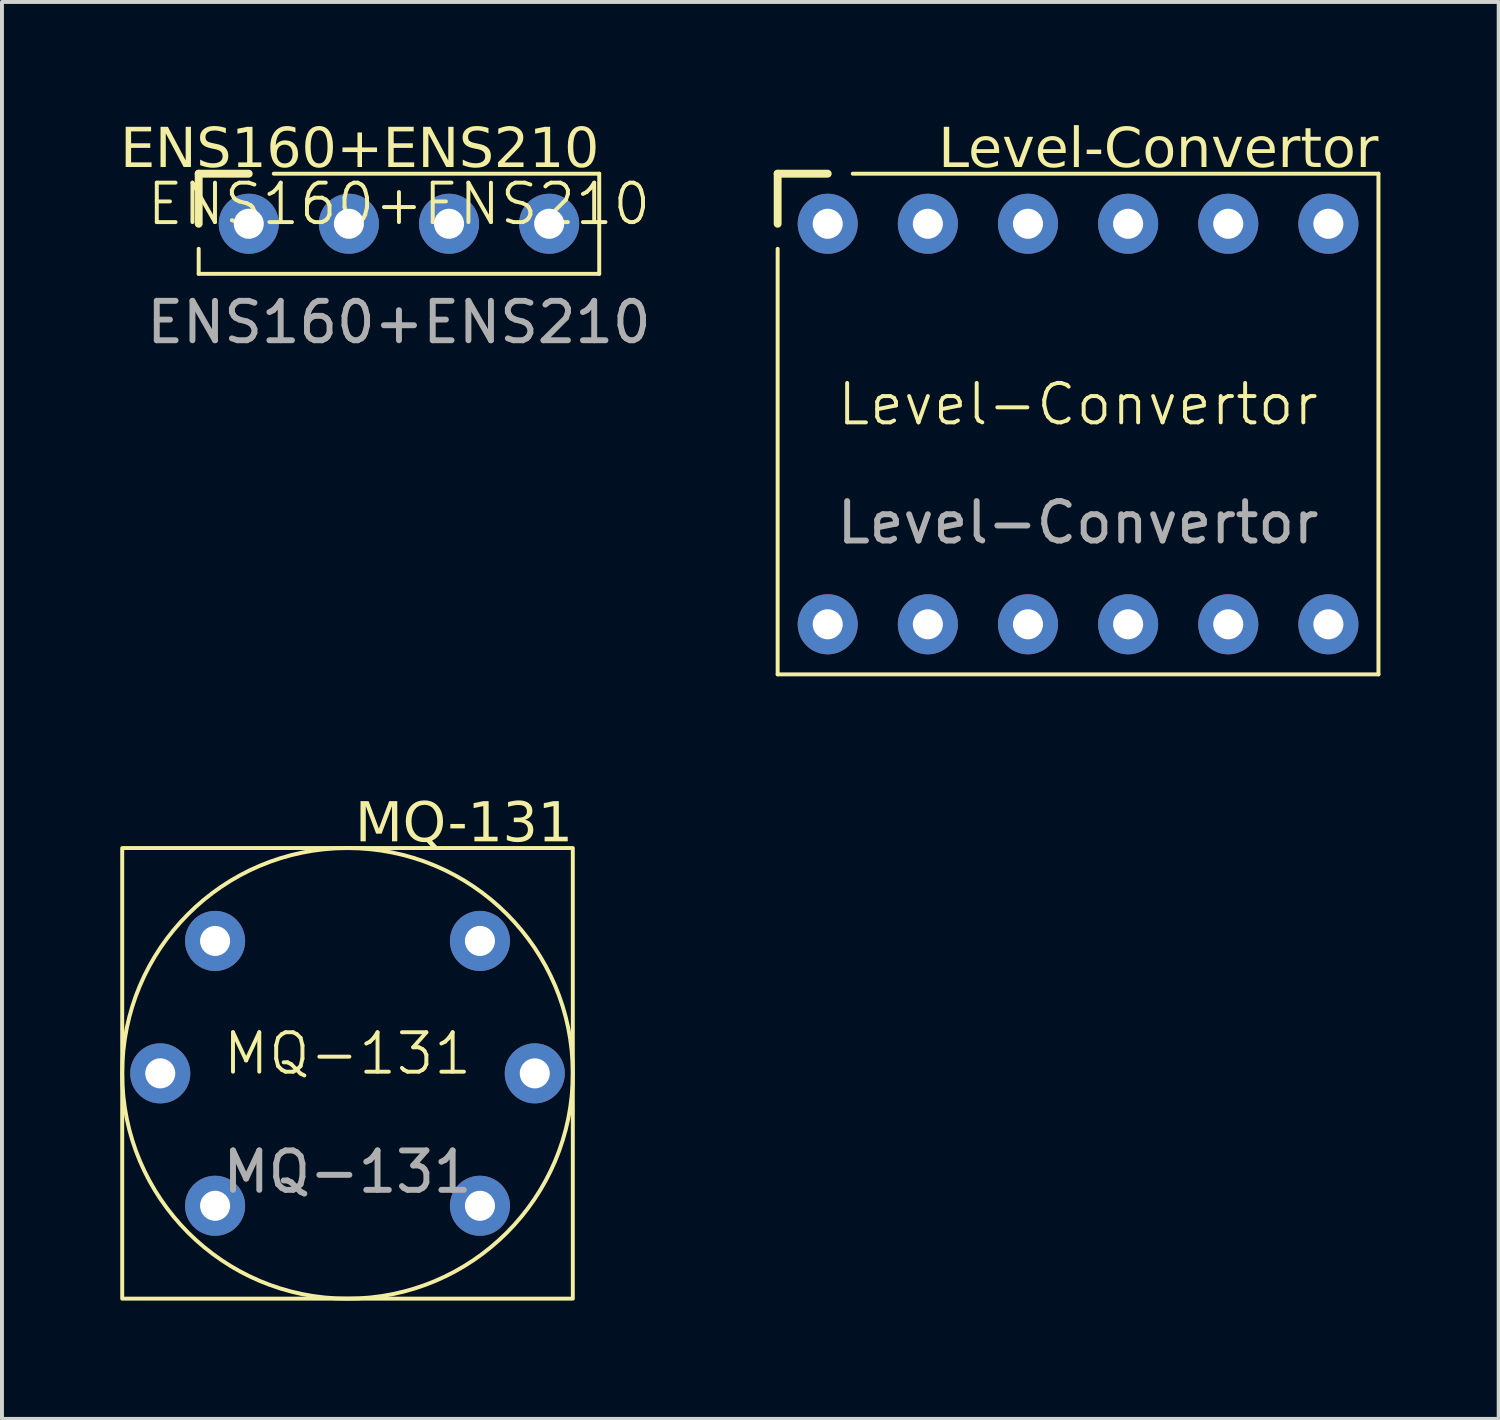
<source format=kicad_pcb>
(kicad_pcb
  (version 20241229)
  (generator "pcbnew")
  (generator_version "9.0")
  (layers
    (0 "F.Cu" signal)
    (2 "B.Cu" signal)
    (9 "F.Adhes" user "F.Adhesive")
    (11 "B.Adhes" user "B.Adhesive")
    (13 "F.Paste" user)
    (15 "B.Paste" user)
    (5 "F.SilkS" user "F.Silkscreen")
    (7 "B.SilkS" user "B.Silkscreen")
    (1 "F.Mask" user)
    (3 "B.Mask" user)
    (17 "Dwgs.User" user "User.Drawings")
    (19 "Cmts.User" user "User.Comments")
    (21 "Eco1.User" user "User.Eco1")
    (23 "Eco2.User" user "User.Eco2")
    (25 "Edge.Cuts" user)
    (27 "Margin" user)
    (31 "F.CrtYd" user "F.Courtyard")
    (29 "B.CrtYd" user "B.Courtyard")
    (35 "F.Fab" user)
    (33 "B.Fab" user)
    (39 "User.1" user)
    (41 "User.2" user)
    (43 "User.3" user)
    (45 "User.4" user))
  (footprint "Level-Convertor"
    (layer "F.Cu")
    (at 24.296 7.706)
    (property "Reference" "Level-Convertor" (at 0 -0.5 0) (unlocked yes) (layer "F.SilkS") (effects (font (size 1 1) (thickness 0.1))))
    (attr through_hole)
    (fp_line (start -7.62 -6.35) (end -6.35 -6.35) (stroke (width 0.2) (type default)) (layer "F.SilkS"))
    (fp_line (start -7.62 -5.08) (end -7.62 -6.35) (stroke (width 0.2) (type default)) (layer "F.SilkS"))
    (fp_line (start -7.62 6.35) (end -7.62 -4.445) (stroke (width 0.1) (type default)) (layer "F.SilkS"))
    (fp_line (start -7.62 6.35) (end 7.62 6.35) (stroke (width 0.1) (type default)) (layer "F.SilkS"))
    (fp_line (start 7.62 -6.35) (end -5.715 -6.35) (stroke (width 0.1) (type default)) (layer "F.SilkS"))
    (fp_line (start 7.62 6.35) (end 7.62 -6.35) (stroke (width 0.1) (type default)) (layer "F.SilkS"))
    (fp_text user "Level-Convertor" (at 7.62 -6.35 0) (unlocked yes) (layer "F.SilkS") (effects (font (face "JetBrains Mono") (size 1 1) (thickness 0.1)) (justify right bottom)))
    (fp_text user "${REFERENCE}" (at 0 2.5 0) (unlocked yes) (layer "F.Fab") (effects (font (size 1 1) (thickness 0.15))))
    (pad "1" thru_hole circle (at -6.35 -5.08) (size 1.524 1.524) (drill 0.762) (layers "*.Cu" "*.Mask"))
    (pad "2" thru_hole circle (at -3.81 -5.08) (size 1.524 1.524) (drill 0.762) (layers "*.Cu" "*.Mask"))
    (pad "3" thru_hole circle (at -1.27 -5.08) (size 1.524 1.524) (drill 0.762) (layers "*.Cu" "*.Mask"))
    (pad "4" thru_hole circle (at 1.27 -5.08) (size 1.524 1.524) (drill 0.762) (layers "*.Cu" "*.Mask"))
    (pad "5" thru_hole circle (at 3.81 -5.08) (size 1.524 1.524) (drill 0.762) (layers "*.Cu" "*.Mask"))
    (pad "6" thru_hole circle (at 6.35 -5.08) (size 1.524 1.524) (drill 0.762) (layers "*.Cu" "*.Mask"))
    (pad "7" thru_hole circle (at -6.35 5.08) (size 1.524 1.524) (drill 0.762) (layers "*.Cu" "*.Mask"))
    (pad "8" thru_hole circle (at -3.81 5.08) (size 1.524 1.524) (drill 0.762) (layers "*.Cu" "*.Mask"))
    (pad "9" thru_hole circle (at -1.27 5.08) (size 1.524 1.524) (drill 0.762) (layers "*.Cu" "*.Mask"))
    (pad "10" thru_hole circle (at 1.27 5.08) (size 1.524 1.524) (drill 0.762) (layers "*.Cu" "*.Mask"))
    (pad "11" thru_hole circle (at 3.81 5.08) (size 1.524 1.524) (drill 0.762) (layers "*.Cu" "*.Mask"))
    (pad "12" thru_hole circle (at 6.35 5.08) (size 1.524 1.524) (drill 0.762) (layers "*.Cu" "*.Mask")))
  (footprint "ENS160+ENS210"
    (layer "F.Cu")
    (at 7.07 2.626)
    (property "Reference" "ENS160+ENS210" (at 0 -0.5 0) (unlocked yes) (layer "F.SilkS") (effects (font (size 1 1) (thickness 0.1))))
    (attr through_hole)
    (fp_line (start -5.08 -1.27) (end -3.81 -1.27) (stroke (width 0.2) (type default)) (layer "F.SilkS"))
    (fp_line (start -5.08 0) (end -5.08 -1.27) (stroke (width 0.2) (type default)) (layer "F.SilkS"))
    (fp_line (start -5.08 1.27) (end -5.08 0.635) (stroke (width 0.1) (type default)) (layer "F.SilkS"))
    (fp_line (start -5.08 1.27) (end 5.08 1.27) (stroke (width 0.1) (type default)) (layer "F.SilkS"))
    (fp_line (start 5.08 -1.27) (end -3.175 -1.27) (stroke (width 0.1) (type default)) (layer "F.SilkS"))
    (fp_line (start 5.08 1.27) (end 5.08 -1.27) (stroke (width 0.1) (type default)) (layer "F.SilkS"))
    (fp_text user "ENS160+ENS210" (at 5.08 -1.27 0) (unlocked yes) (layer "F.SilkS") (effects (font (face "JetBrains Mono") (size 1 1) (thickness 0.1)) (justify right bottom)))
    (fp_text user "${REFERENCE}" (at 0 2.5 0) (unlocked yes) (layer "F.Fab") (effects (font (size 1 1) (thickness 0.15))))
    (pad "1" thru_hole circle (at -3.81 0) (size 1.524 1.524) (drill 0.762) (layers "*.Cu" "*.Mask"))
    (pad "2" thru_hole circle (at -1.27 0) (size 1.524 1.524) (drill 0.762) (layers "*.Cu" "*.Mask"))
    (pad "3" thru_hole circle (at 1.27 0) (size 1.524 1.524) (drill 0.762) (layers "*.Cu" "*.Mask"))
    (pad "4" thru_hole circle (at 3.81 0) (size 1.524 1.524) (drill 0.762) (layers "*.Cu" "*.Mask")))
  (footprint "MQ-131"
    (layer "F.Cu")
    (at 5.765 24.177)
    (property "Reference" "MQ-131" (at 0 -0.5 0) (unlocked yes) (layer "F.SilkS") (effects (font (size 1 1) (thickness 0.1))))
    (attr through_hole)
    (fp_rect (start -5.715 -5.715) (end 5.715 5.715) (stroke (width 0.1) (type default)) (fill no) (layer "F.SilkS"))
    (fp_circle (center 0 0) (end 5.715 0) (stroke (width 0.1) (type default)) (fill no) (layer "F.SilkS"))
    (fp_text user "MQ-131" (at 5.715 -5.715 0) (unlocked yes) (layer "F.SilkS") (effects (font (face "JetBrains Mono") (size 1 1) (thickness 0.1)) (justify right bottom)))
    (fp_text user "${REFERENCE}" (at 0 2.5 0) (unlocked yes) (layer "F.Fab") (effects (font (size 1 1) (thickness 0.15))))
    (pad "1" thru_hole circle (at -3.359 3.359) (size 1.524 1.524) (drill 0.762) (layers "*.Cu" "*.Mask"))
    (pad "2" thru_hole circle (at -4.75 0) (size 1.524 1.524) (drill 0.762) (layers "*.Cu" "*.Mask"))
    (pad "3" thru_hole circle (at -3.359 -3.359) (size 1.524 1.524) (drill 0.762) (layers "*.Cu" "*.Mask"))
    (pad "4" thru_hole circle (at 3.359 -3.359) (size 1.524 1.524) (drill 0.762) (layers "*.Cu" "*.Mask"))
    (pad "5" thru_hole circle (at 4.75 0) (size 1.524 1.524) (drill 0.762) (layers "*.Cu" "*.Mask"))
    (pad "6" thru_hole circle (at 3.359 3.359) (size 1.524 1.524) (drill 0.762) (layers "*.Cu" "*.Mask")))
  (gr_rect
    (start -3 -3)
    (end 34.966 32.942)
    (stroke (width 0.1) (type default))
    (fill no)
    (layer "Edge.Cuts")))
</source>
